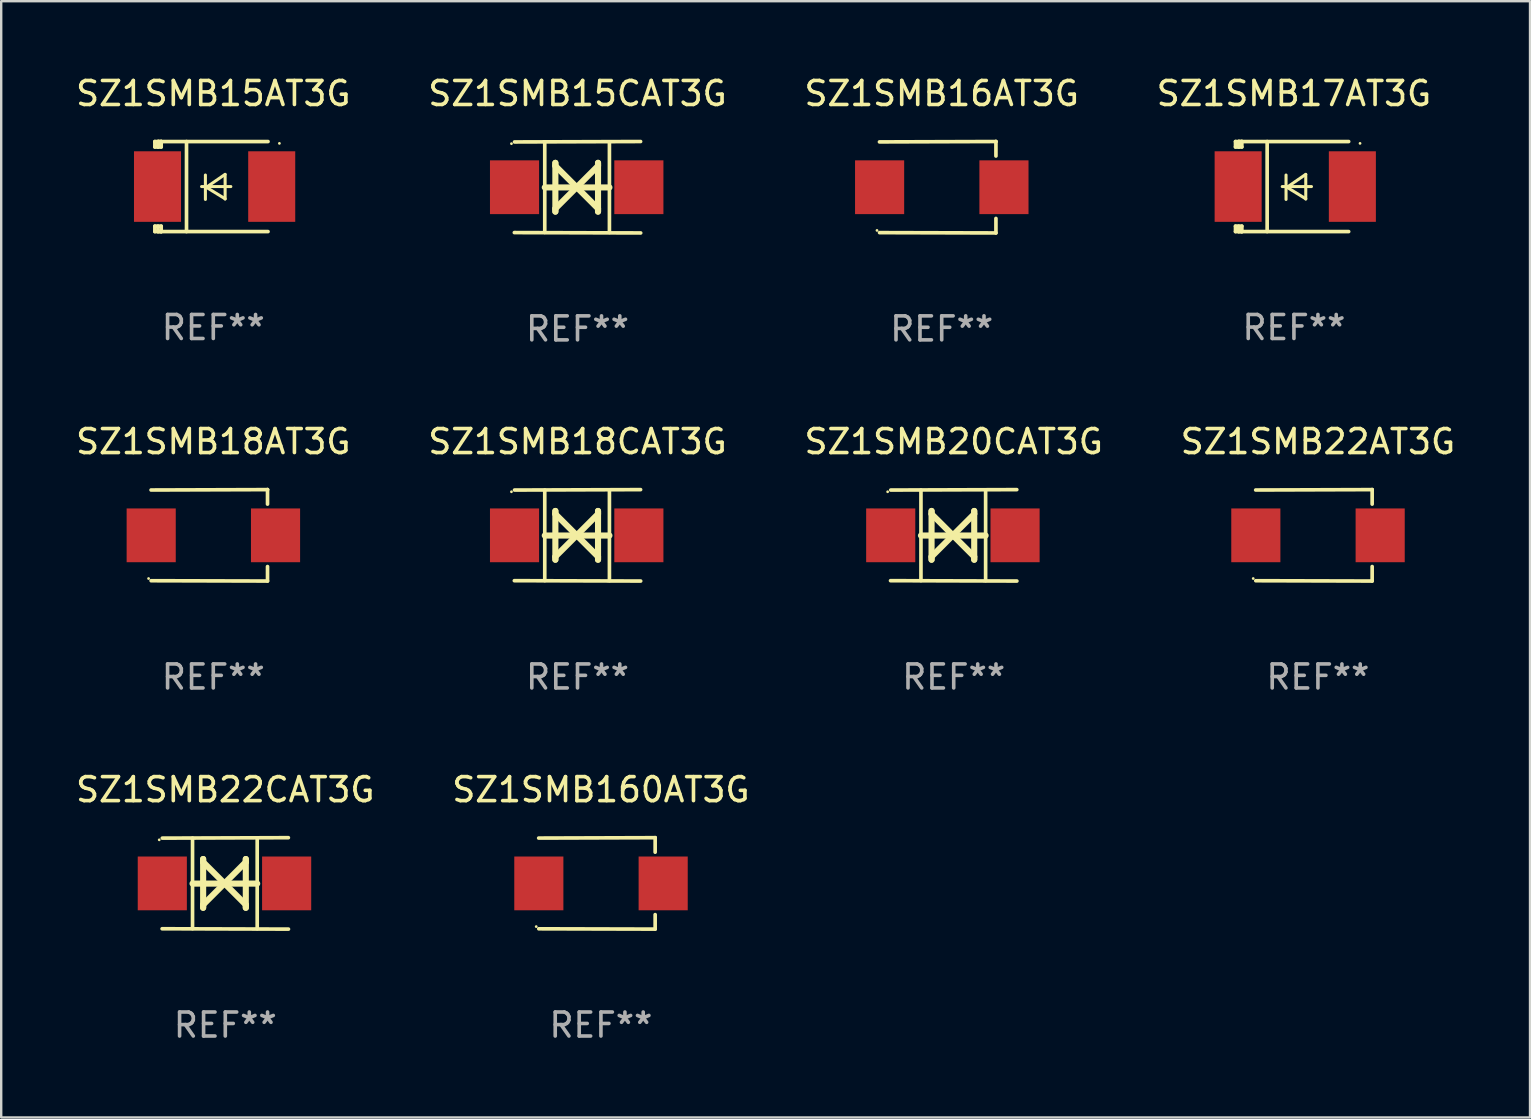
<source format=kicad_pcb>
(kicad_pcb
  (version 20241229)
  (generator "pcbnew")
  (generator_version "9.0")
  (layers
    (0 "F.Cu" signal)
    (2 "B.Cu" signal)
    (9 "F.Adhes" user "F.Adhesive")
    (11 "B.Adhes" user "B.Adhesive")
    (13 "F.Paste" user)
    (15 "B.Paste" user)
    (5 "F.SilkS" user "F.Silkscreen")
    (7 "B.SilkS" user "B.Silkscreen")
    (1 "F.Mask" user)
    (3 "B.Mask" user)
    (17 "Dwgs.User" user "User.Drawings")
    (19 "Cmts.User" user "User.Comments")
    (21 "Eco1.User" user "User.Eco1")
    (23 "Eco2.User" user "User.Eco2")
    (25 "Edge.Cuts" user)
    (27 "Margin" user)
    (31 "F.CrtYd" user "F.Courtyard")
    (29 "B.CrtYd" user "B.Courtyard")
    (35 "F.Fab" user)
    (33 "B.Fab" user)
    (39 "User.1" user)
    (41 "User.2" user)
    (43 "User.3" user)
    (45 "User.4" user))
  (footprint "SZ1SMB160AT3G"
    (layer "F.Cu")
    (at 21.994 33.766)
    (property "Reference" "SZ1SMB160AT3G" (at 0 -3.905 0) (layer "F.SilkS") (effects (font (size 1 1) (thickness 0.15))))
    (attr through_hole)
    (fp_line (start 2.256 -1.905) (end -2.594 -1.889) (stroke (width 0.152) (type solid)) (layer "F.SilkS"))
    (fp_line (start 2.256 -1.905) (end 2.26 -1.905) (stroke (width 0.152) (type solid)) (layer "F.SilkS"))
    (fp_line (start 2.26 -1.905) (end 2.26 -1.301) (stroke (width 0.152) (type solid)) (layer "F.SilkS"))
    (fp_line (start 2.26 1.301) (end 2.26 1.905) (stroke (width 0.152) (type solid)) (layer "F.SilkS"))
    (fp_line (start 2.26 1.905) (end -2.59 1.892) (stroke (width 0.152) (type solid)) (layer "F.SilkS"))
    (fp_circle (center -2.697 1.8) (end -2.667 1.8) (stroke (width 0.06) (type solid)) (fill no) (layer "F.SilkS"))
    (fp_text user "REF**" (at 0 5.905 0) (layer "F.Fab") (effects (font (size 1 1) (thickness 0.15))))
    (pad "1" smd rect (at -2.588 0) (size 2.047 2.241) (layers "F.Cu" "F.Mask" "F.Paste"))
    (pad "2" smd rect (at 2.594 0) (size 2.047 2.241) (layers "F.Cu" "F.Mask" "F.Paste")))
  (footprint "SZ1SMB15CAT3G"
    (layer "F.Cu")
    (at 21.018 4.753)
    (property "Reference" "SZ1SMB15CAT3G" (at 0 -3.905 0) (layer "F.SilkS") (effects (font (size 1 1) (thickness 0.15))))
    (attr through_hole)
    (fp_line (start -1.365 1.886) (end -1.365 -1.886) (stroke (width 0.152) (type solid)) (layer "F.SilkS"))
    (fp_line (start -1.365 0.008) (end 1.33 0.008) (stroke (width 0.254) (type solid)) (layer "F.SilkS"))
    (fp_line (start -0.923 -1.016) (end -0.923 1.016) (stroke (width 0.254) (type solid)) (layer "F.SilkS"))
    (fp_line (start -0.923 -0.889) (end -0.923 -1.016) (stroke (width 0.254) (type solid)) (layer "F.SilkS"))
    (fp_line (start -0.923 0.889) (end -0.034 0) (stroke (width 0.254) (type solid)) (layer "F.SilkS"))
    (fp_line (start -0.923 1.016) (end -0.923 0.889) (stroke (width 0.254) (type solid)) (layer "F.SilkS"))
    (fp_line (start -0.034 0) (end -0.923 -0.889) (stroke (width 0.254) (type solid)) (layer "F.SilkS"))
    (fp_line (start -0.034 0) (end 0.855 0.889) (stroke (width 0.254) (type solid)) (layer "F.SilkS"))
    (fp_line (start 0.855 -1.016) (end 0.855 -0.889) (stroke (width 0.254) (type solid)) (layer "F.SilkS"))
    (fp_line (start 0.855 -0.889) (end -0.034 0) (stroke (width 0.254) (type solid)) (layer "F.SilkS"))
    (fp_line (start 0.855 0.889) (end 0.855 1.016) (stroke (width 0.254) (type solid)) (layer "F.SilkS"))
    (fp_line (start 0.855 1.016) (end 0.855 -1.016) (stroke (width 0.254) (type solid)) (layer "F.SilkS"))
    (fp_line (start 1.33 1.886) (end 1.33 -1.886) (stroke (width 0.152) (type solid)) (layer "F.SilkS"))
    (fp_line (start 2.629 -1.905) (end -2.625 -1.887) (stroke (width 0.152) (type solid)) (layer "F.SilkS"))
    (fp_line (start 2.633 1.905) (end -2.633 1.89) (stroke (width 0.152) (type solid)) (layer "F.SilkS"))
    (fp_circle (center -2.753 -1.816) (end -2.723 -1.816) (stroke (width 0.06) (type solid)) (fill no) (layer "F.SilkS"))
    (fp_text user "REF**" (at 0 5.905 0) (layer "F.Fab") (effects (font (size 1 1) (thickness 0.15))))
    (pad "1" smd rect (at -2.625 0) (size 2.047 2.241) (layers "F.Cu" "F.Mask" "F.Paste"))
    (pad "2" smd rect (at 2.557 0) (size 2.047 2.241) (layers "F.Cu" "F.Mask" "F.Paste")))
  (footprint "SZ1SMB18AT3G"
    (layer "F.Cu")
    (at 5.839 19.26)
    (property "Reference" "SZ1SMB18AT3G" (at 0 -3.905 0) (layer "F.SilkS") (effects (font (size 1 1) (thickness 0.15))))
    (attr through_hole)
    (fp_line (start 2.256 -1.905) (end -2.594 -1.889) (stroke (width 0.152) (type solid)) (layer "F.SilkS"))
    (fp_line (start 2.256 -1.905) (end 2.26 -1.905) (stroke (width 0.152) (type solid)) (layer "F.SilkS"))
    (fp_line (start 2.26 -1.905) (end 2.26 -1.301) (stroke (width 0.152) (type solid)) (layer "F.SilkS"))
    (fp_line (start 2.26 1.301) (end 2.26 1.905) (stroke (width 0.152) (type solid)) (layer "F.SilkS"))
    (fp_line (start 2.26 1.905) (end -2.59 1.892) (stroke (width 0.152) (type solid)) (layer "F.SilkS"))
    (fp_circle (center -2.697 1.8) (end -2.667 1.8) (stroke (width 0.06) (type solid)) (fill no) (layer "F.SilkS"))
    (fp_text user "REF**" (at 0 5.905 0) (layer "F.Fab") (effects (font (size 1 1) (thickness 0.15))))
    (pad "1" smd rect (at -2.588 0) (size 2.047 2.241) (layers "F.Cu" "F.Mask" "F.Paste"))
    (pad "2" smd rect (at 2.594 0) (size 2.047 2.241) (layers "F.Cu" "F.Mask" "F.Paste")))
  (footprint "SZ1SMB20CAT3G"
    (layer "F.Cu")
    (at 36.696 19.26)
    (property "Reference" "SZ1SMB20CAT3G" (at 0 -3.905 0) (layer "F.SilkS") (effects (font (size 1 1) (thickness 0.15))))
    (attr through_hole)
    (fp_line (start -1.365 1.886) (end -1.365 -1.886) (stroke (width 0.152) (type solid)) (layer "F.SilkS"))
    (fp_line (start -1.365 0.008) (end 1.33 0.008) (stroke (width 0.254) (type solid)) (layer "F.SilkS"))
    (fp_line (start -0.923 -1.016) (end -0.923 1.016) (stroke (width 0.254) (type solid)) (layer "F.SilkS"))
    (fp_line (start -0.923 -0.889) (end -0.923 -1.016) (stroke (width 0.254) (type solid)) (layer "F.SilkS"))
    (fp_line (start -0.923 0.889) (end -0.034 0) (stroke (width 0.254) (type solid)) (layer "F.SilkS"))
    (fp_line (start -0.923 1.016) (end -0.923 0.889) (stroke (width 0.254) (type solid)) (layer "F.SilkS"))
    (fp_line (start -0.034 0) (end -0.923 -0.889) (stroke (width 0.254) (type solid)) (layer "F.SilkS"))
    (fp_line (start -0.034 0) (end 0.855 0.889) (stroke (width 0.254) (type solid)) (layer "F.SilkS"))
    (fp_line (start 0.855 -1.016) (end 0.855 -0.889) (stroke (width 0.254) (type solid)) (layer "F.SilkS"))
    (fp_line (start 0.855 -0.889) (end -0.034 0) (stroke (width 0.254) (type solid)) (layer "F.SilkS"))
    (fp_line (start 0.855 0.889) (end 0.855 1.016) (stroke (width 0.254) (type solid)) (layer "F.SilkS"))
    (fp_line (start 0.855 1.016) (end 0.855 -1.016) (stroke (width 0.254) (type solid)) (layer "F.SilkS"))
    (fp_line (start 1.33 1.886) (end 1.33 -1.886) (stroke (width 0.152) (type solid)) (layer "F.SilkS"))
    (fp_line (start 2.629 -1.905) (end -2.625 -1.887) (stroke (width 0.152) (type solid)) (layer "F.SilkS"))
    (fp_line (start 2.633 1.905) (end -2.633 1.89) (stroke (width 0.152) (type solid)) (layer "F.SilkS"))
    (fp_circle (center -2.753 -1.816) (end -2.723 -1.816) (stroke (width 0.06) (type solid)) (fill no) (layer "F.SilkS"))
    (fp_text user "REF**" (at 0 5.905 0) (layer "F.Fab") (effects (font (size 1 1) (thickness 0.15))))
    (pad "1" smd rect (at -2.625 0) (size 2.047 2.241) (layers "F.Cu" "F.Mask" "F.Paste"))
    (pad "2" smd rect (at 2.557 0) (size 2.047 2.241) (layers "F.Cu" "F.Mask" "F.Paste")))
  (footprint "SZ1SMB15AT3G"
    (layer "F.Cu")
    (at 5.839 4.725)
    (property "Reference" "SZ1SMB15AT3G" (at 0 -3.876 0) (layer "F.SilkS") (effects (font (size 1 1) (thickness 0.15))))
    (attr through_hole)
    (fp_line (start -2.435 1.65) (end -2.171 1.65) (stroke (width 0.152) (type solid)) (layer "F.SilkS"))
    (fp_line (start -2.435 1.876) (end -2.435 1.65) (stroke (width 0.152) (type solid)) (layer "F.SilkS"))
    (fp_line (start -2.435 -1.876) (end -2.171 -1.876) (stroke (width 0.152) (type solid)) (layer "F.SilkS"))
    (fp_line (start -2.435 -1.65) (end -2.435 -1.876) (stroke (width 0.152) (type solid)) (layer "F.SilkS"))
    (fp_line (start -2.305 -1.866) (end -2.295 -1.876) (stroke (width 0.152) (type solid)) (layer "F.SilkS"))
    (fp_line (start -2.305 -1.65) (end -2.305 -1.866) (stroke (width 0.152) (type solid)) (layer "F.SilkS"))
    (fp_line (start -2.305 1.876) (end -2.305 1.65) (stroke (width 0.152) (type solid)) (layer "F.SilkS"))
    (fp_line (start -2.295 -1.876) (end -2.295 -1.65) (stroke (width 0.152) (type solid)) (layer "F.SilkS"))
    (fp_line (start -2.171 1.876) (end -2.435 1.876) (stroke (width 0.152) (type solid)) (layer "F.SilkS"))
    (fp_line (start -2.171 -1.65) (end -2.435 -1.65) (stroke (width 0.152) (type solid)) (layer "F.SilkS"))
    (fp_line (start -2.171 -1.876) (end -2.295 -1.876) (stroke (width 0.152) (type solid)) (layer "F.SilkS"))
    (fp_line (start -2.171 -1.65) (end -2.171 -1.876) (stroke (width 0.152) (type solid)) (layer "F.SilkS"))
    (fp_line (start -2.171 1.876) (end -2.305 1.876) (stroke (width 0.152) (type solid)) (layer "F.SilkS"))
    (fp_line (start -2.171 1.876) (end -2.171 1.65) (stroke (width 0.152) (type solid)) (layer "F.SilkS"))
    (fp_line (start -1.116 1.876) (end -1.116 -1.876) (stroke (width 0.152) (type solid)) (layer "F.SilkS"))
    (fp_line (start -0.488 0.000102) (end 0.731 0.000102) (stroke (width 0.127) (type solid)) (layer "F.SilkS"))
    (fp_line (start -0.329 -0.48) (end -0.329 0.536) (stroke (width 0.127) (type solid)) (layer "F.SilkS"))
    (fp_line (start -0.29 0.03) (end 0.493 0.51) (stroke (width 0.127) (type solid)) (layer "F.SilkS"))
    (fp_line (start 0.493 -0.51) (end -0.29 0.03) (stroke (width 0.127) (type solid)) (layer "F.SilkS"))
    (fp_line (start 0.493 0.52) (end 0.493 -0.496) (stroke (width 0.127) (type solid)) (layer "F.SilkS"))
    (fp_line (start 2.281 -1.876) (end -2.171 -1.876) (stroke (width 0.152) (type solid)) (layer "F.SilkS"))
    (fp_line (start 2.281 1.876) (end -2.171 1.876) (stroke (width 0.152) (type solid)) (layer "F.SilkS"))
    (fp_circle (center 2.755 -1.8) (end 2.785 -1.8) (stroke (width 0.06) (type solid)) (fill no) (layer "F.SilkS"))
    (fp_text user "REF**" (at 0 5.876 0) (layer "F.Fab") (effects (font (size 1 1) (thickness 0.15))))
    (pad "1" smd rect (at 2.435 -0.000025 180) (size 1.96 2.94) (layers "F.Cu" "F.Mask" "F.Paste"))
    (pad "2" smd rect (at -2.325 -0.000025 180) (size 1.96 2.94) (layers "F.Cu" "F.Mask" "F.Paste")))
  (footprint "SZ1SMB16AT3G"
    (layer "F.Cu")
    (at 36.196 4.753)
    (property "Reference" "SZ1SMB16AT3G" (at 0 -3.905 0) (layer "F.SilkS") (effects (font (size 1 1) (thickness 0.15))))
    (attr through_hole)
    (fp_line (start 2.256 -1.905) (end -2.594 -1.889) (stroke (width 0.152) (type solid)) (layer "F.SilkS"))
    (fp_line (start 2.256 -1.905) (end 2.26 -1.905) (stroke (width 0.152) (type solid)) (layer "F.SilkS"))
    (fp_line (start 2.26 -1.905) (end 2.26 -1.301) (stroke (width 0.152) (type solid)) (layer "F.SilkS"))
    (fp_line (start 2.26 1.301) (end 2.26 1.905) (stroke (width 0.152) (type solid)) (layer "F.SilkS"))
    (fp_line (start 2.26 1.905) (end -2.59 1.892) (stroke (width 0.152) (type solid)) (layer "F.SilkS"))
    (fp_circle (center -2.697 1.8) (end -2.667 1.8) (stroke (width 0.06) (type solid)) (fill no) (layer "F.SilkS"))
    (fp_text user "REF**" (at 0 5.905 0) (layer "F.Fab") (effects (font (size 1 1) (thickness 0.15))))
    (pad "1" smd rect (at -2.588 0) (size 2.047 2.241) (layers "F.Cu" "F.Mask" "F.Paste"))
    (pad "2" smd rect (at 2.594 0) (size 2.047 2.241) (layers "F.Cu" "F.Mask" "F.Paste")))
  (footprint "SZ1SMB22AT3G"
    (layer "F.Cu")
    (at 51.875 19.26)
    (property "Reference" "SZ1SMB22AT3G" (at 0 -3.905 0) (layer "F.SilkS") (effects (font (size 1 1) (thickness 0.15))))
    (attr through_hole)
    (fp_line (start 2.256 -1.905) (end -2.594 -1.889) (stroke (width 0.152) (type solid)) (layer "F.SilkS"))
    (fp_line (start 2.256 -1.905) (end 2.26 -1.905) (stroke (width 0.152) (type solid)) (layer "F.SilkS"))
    (fp_line (start 2.26 -1.905) (end 2.26 -1.301) (stroke (width 0.152) (type solid)) (layer "F.SilkS"))
    (fp_line (start 2.26 1.301) (end 2.26 1.905) (stroke (width 0.152) (type solid)) (layer "F.SilkS"))
    (fp_line (start 2.26 1.905) (end -2.59 1.892) (stroke (width 0.152) (type solid)) (layer "F.SilkS"))
    (fp_circle (center -2.697 1.8) (end -2.667 1.8) (stroke (width 0.06) (type solid)) (fill no) (layer "F.SilkS"))
    (fp_text user "REF**" (at 0 5.905 0) (layer "F.Fab") (effects (font (size 1 1) (thickness 0.15))))
    (pad "1" smd rect (at -2.588 0) (size 2.047 2.241) (layers "F.Cu" "F.Mask" "F.Paste"))
    (pad "2" smd rect (at 2.594 0) (size 2.047 2.241) (layers "F.Cu" "F.Mask" "F.Paste")))
  (footprint "SZ1SMB18CAT3G"
    (layer "F.Cu")
    (at 21.018 19.26)
    (property "Reference" "SZ1SMB18CAT3G" (at 0 -3.905 0) (layer "F.SilkS") (effects (font (size 1 1) (thickness 0.15))))
    (attr through_hole)
    (fp_line (start -1.365 1.886) (end -1.365 -1.886) (stroke (width 0.152) (type solid)) (layer "F.SilkS"))
    (fp_line (start -1.365 0.008) (end 1.33 0.008) (stroke (width 0.254) (type solid)) (layer "F.SilkS"))
    (fp_line (start -0.923 -1.016) (end -0.923 1.016) (stroke (width 0.254) (type solid)) (layer "F.SilkS"))
    (fp_line (start -0.923 -0.889) (end -0.923 -1.016) (stroke (width 0.254) (type solid)) (layer "F.SilkS"))
    (fp_line (start -0.923 0.889) (end -0.034 0) (stroke (width 0.254) (type solid)) (layer "F.SilkS"))
    (fp_line (start -0.923 1.016) (end -0.923 0.889) (stroke (width 0.254) (type solid)) (layer "F.SilkS"))
    (fp_line (start -0.034 0) (end -0.923 -0.889) (stroke (width 0.254) (type solid)) (layer "F.SilkS"))
    (fp_line (start -0.034 0) (end 0.855 0.889) (stroke (width 0.254) (type solid)) (layer "F.SilkS"))
    (fp_line (start 0.855 -1.016) (end 0.855 -0.889) (stroke (width 0.254) (type solid)) (layer "F.SilkS"))
    (fp_line (start 0.855 -0.889) (end -0.034 0) (stroke (width 0.254) (type solid)) (layer "F.SilkS"))
    (fp_line (start 0.855 0.889) (end 0.855 1.016) (stroke (width 0.254) (type solid)) (layer "F.SilkS"))
    (fp_line (start 0.855 1.016) (end 0.855 -1.016) (stroke (width 0.254) (type solid)) (layer "F.SilkS"))
    (fp_line (start 1.33 1.886) (end 1.33 -1.886) (stroke (width 0.152) (type solid)) (layer "F.SilkS"))
    (fp_line (start 2.629 -1.905) (end -2.625 -1.887) (stroke (width 0.152) (type solid)) (layer "F.SilkS"))
    (fp_line (start 2.633 1.905) (end -2.633 1.89) (stroke (width 0.152) (type solid)) (layer "F.SilkS"))
    (fp_circle (center -2.753 -1.816) (end -2.723 -1.816) (stroke (width 0.06) (type solid)) (fill no) (layer "F.SilkS"))
    (fp_text user "REF**" (at 0 5.905 0) (layer "F.Fab") (effects (font (size 1 1) (thickness 0.15))))
    (pad "1" smd rect (at -2.625 0) (size 2.047 2.241) (layers "F.Cu" "F.Mask" "F.Paste"))
    (pad "2" smd rect (at 2.557 0) (size 2.047 2.241) (layers "F.Cu" "F.Mask" "F.Paste")))
  (footprint "SZ1SMB22CAT3G"
    (layer "F.Cu")
    (at 6.339 33.766)
    (property "Reference" "SZ1SMB22CAT3G" (at 0 -3.905 0) (layer "F.SilkS") (effects (font (size 1 1) (thickness 0.15))))
    (attr through_hole)
    (fp_line (start -1.365 1.886) (end -1.365 -1.886) (stroke (width 0.152) (type solid)) (layer "F.SilkS"))
    (fp_line (start -1.365 0.008) (end 1.33 0.008) (stroke (width 0.254) (type solid)) (layer "F.SilkS"))
    (fp_line (start -0.923 -1.016) (end -0.923 1.016) (stroke (width 0.254) (type solid)) (layer "F.SilkS"))
    (fp_line (start -0.923 -0.889) (end -0.923 -1.016) (stroke (width 0.254) (type solid)) (layer "F.SilkS"))
    (fp_line (start -0.923 0.889) (end -0.034 0) (stroke (width 0.254) (type solid)) (layer "F.SilkS"))
    (fp_line (start -0.923 1.016) (end -0.923 0.889) (stroke (width 0.254) (type solid)) (layer "F.SilkS"))
    (fp_line (start -0.034 0) (end -0.923 -0.889) (stroke (width 0.254) (type solid)) (layer "F.SilkS"))
    (fp_line (start -0.034 0) (end 0.855 0.889) (stroke (width 0.254) (type solid)) (layer "F.SilkS"))
    (fp_line (start 0.855 -1.016) (end 0.855 -0.889) (stroke (width 0.254) (type solid)) (layer "F.SilkS"))
    (fp_line (start 0.855 -0.889) (end -0.034 0) (stroke (width 0.254) (type solid)) (layer "F.SilkS"))
    (fp_line (start 0.855 0.889) (end 0.855 1.016) (stroke (width 0.254) (type solid)) (layer "F.SilkS"))
    (fp_line (start 0.855 1.016) (end 0.855 -1.016) (stroke (width 0.254) (type solid)) (layer "F.SilkS"))
    (fp_line (start 1.33 1.886) (end 1.33 -1.886) (stroke (width 0.152) (type solid)) (layer "F.SilkS"))
    (fp_line (start 2.629 -1.905) (end -2.625 -1.887) (stroke (width 0.152) (type solid)) (layer "F.SilkS"))
    (fp_line (start 2.633 1.905) (end -2.633 1.89) (stroke (width 0.152) (type solid)) (layer "F.SilkS"))
    (fp_circle (center -2.753 -1.816) (end -2.723 -1.816) (stroke (width 0.06) (type solid)) (fill no) (layer "F.SilkS"))
    (fp_text user "REF**" (at 0 5.905 0) (layer "F.Fab") (effects (font (size 1 1) (thickness 0.15))))
    (pad "1" smd rect (at -2.625 0) (size 2.047 2.241) (layers "F.Cu" "F.Mask" "F.Paste"))
    (pad "2" smd rect (at 2.557 0) (size 2.047 2.241) (layers "F.Cu" "F.Mask" "F.Paste")))
  (footprint "SZ1SMB17AT3G"
    (layer "F.Cu")
    (at 50.875 4.725)
    (property "Reference" "SZ1SMB17AT3G" (at 0 -3.876 0) (layer "F.SilkS") (effects (font (size 1 1) (thickness 0.15))))
    (attr through_hole)
    (fp_line (start -2.435 1.65) (end -2.171 1.65) (stroke (width 0.152) (type solid)) (layer "F.SilkS"))
    (fp_line (start -2.435 1.876) (end -2.435 1.65) (stroke (width 0.152) (type solid)) (layer "F.SilkS"))
    (fp_line (start -2.435 -1.876) (end -2.171 -1.876) (stroke (width 0.152) (type solid)) (layer "F.SilkS"))
    (fp_line (start -2.435 -1.65) (end -2.435 -1.876) (stroke (width 0.152) (type solid)) (layer "F.SilkS"))
    (fp_line (start -2.305 -1.866) (end -2.295 -1.876) (stroke (width 0.152) (type solid)) (layer "F.SilkS"))
    (fp_line (start -2.305 -1.65) (end -2.305 -1.866) (stroke (width 0.152) (type solid)) (layer "F.SilkS"))
    (fp_line (start -2.305 1.876) (end -2.305 1.65) (stroke (width 0.152) (type solid)) (layer "F.SilkS"))
    (fp_line (start -2.295 -1.876) (end -2.295 -1.65) (stroke (width 0.152) (type solid)) (layer "F.SilkS"))
    (fp_line (start -2.171 1.876) (end -2.435 1.876) (stroke (width 0.152) (type solid)) (layer "F.SilkS"))
    (fp_line (start -2.171 -1.65) (end -2.435 -1.65) (stroke (width 0.152) (type solid)) (layer "F.SilkS"))
    (fp_line (start -2.171 -1.876) (end -2.295 -1.876) (stroke (width 0.152) (type solid)) (layer "F.SilkS"))
    (fp_line (start -2.171 -1.65) (end -2.171 -1.876) (stroke (width 0.152) (type solid)) (layer "F.SilkS"))
    (fp_line (start -2.171 1.876) (end -2.305 1.876) (stroke (width 0.152) (type solid)) (layer "F.SilkS"))
    (fp_line (start -2.171 1.876) (end -2.171 1.65) (stroke (width 0.152) (type solid)) (layer "F.SilkS"))
    (fp_line (start -1.116 1.876) (end -1.116 -1.876) (stroke (width 0.152) (type solid)) (layer "F.SilkS"))
    (fp_line (start -0.488 0.000102) (end 0.731 0.000102) (stroke (width 0.127) (type solid)) (layer "F.SilkS"))
    (fp_line (start -0.329 -0.48) (end -0.329 0.536) (stroke (width 0.127) (type solid)) (layer "F.SilkS"))
    (fp_line (start -0.29 0.03) (end 0.493 0.51) (stroke (width 0.127) (type solid)) (layer "F.SilkS"))
    (fp_line (start 0.493 -0.51) (end -0.29 0.03) (stroke (width 0.127) (type solid)) (layer "F.SilkS"))
    (fp_line (start 0.493 0.52) (end 0.493 -0.496) (stroke (width 0.127) (type solid)) (layer "F.SilkS"))
    (fp_line (start 2.281 -1.876) (end -2.171 -1.876) (stroke (width 0.152) (type solid)) (layer "F.SilkS"))
    (fp_line (start 2.281 1.876) (end -2.171 1.876) (stroke (width 0.152) (type solid)) (layer "F.SilkS"))
    (fp_circle (center 2.755 -1.8) (end 2.785 -1.8) (stroke (width 0.06) (type solid)) (fill no) (layer "F.SilkS"))
    (fp_text user "REF**" (at 0 5.876 0) (layer "F.Fab") (effects (font (size 1 1) (thickness 0.15))))
    (pad "1" smd rect (at 2.435 -0.000025 180) (size 1.96 2.94) (layers "F.Cu" "F.Mask" "F.Paste"))
    (pad "2" smd rect (at -2.325 -0.000025 180) (size 1.96 2.94) (layers "F.Cu" "F.Mask" "F.Paste")))
  (gr_rect
    (start -3 -3)
    (end 60.714 43.52)
    (stroke (width 0.1) (type default))
    (fill no)
    (layer "Edge.Cuts")))
</source>
